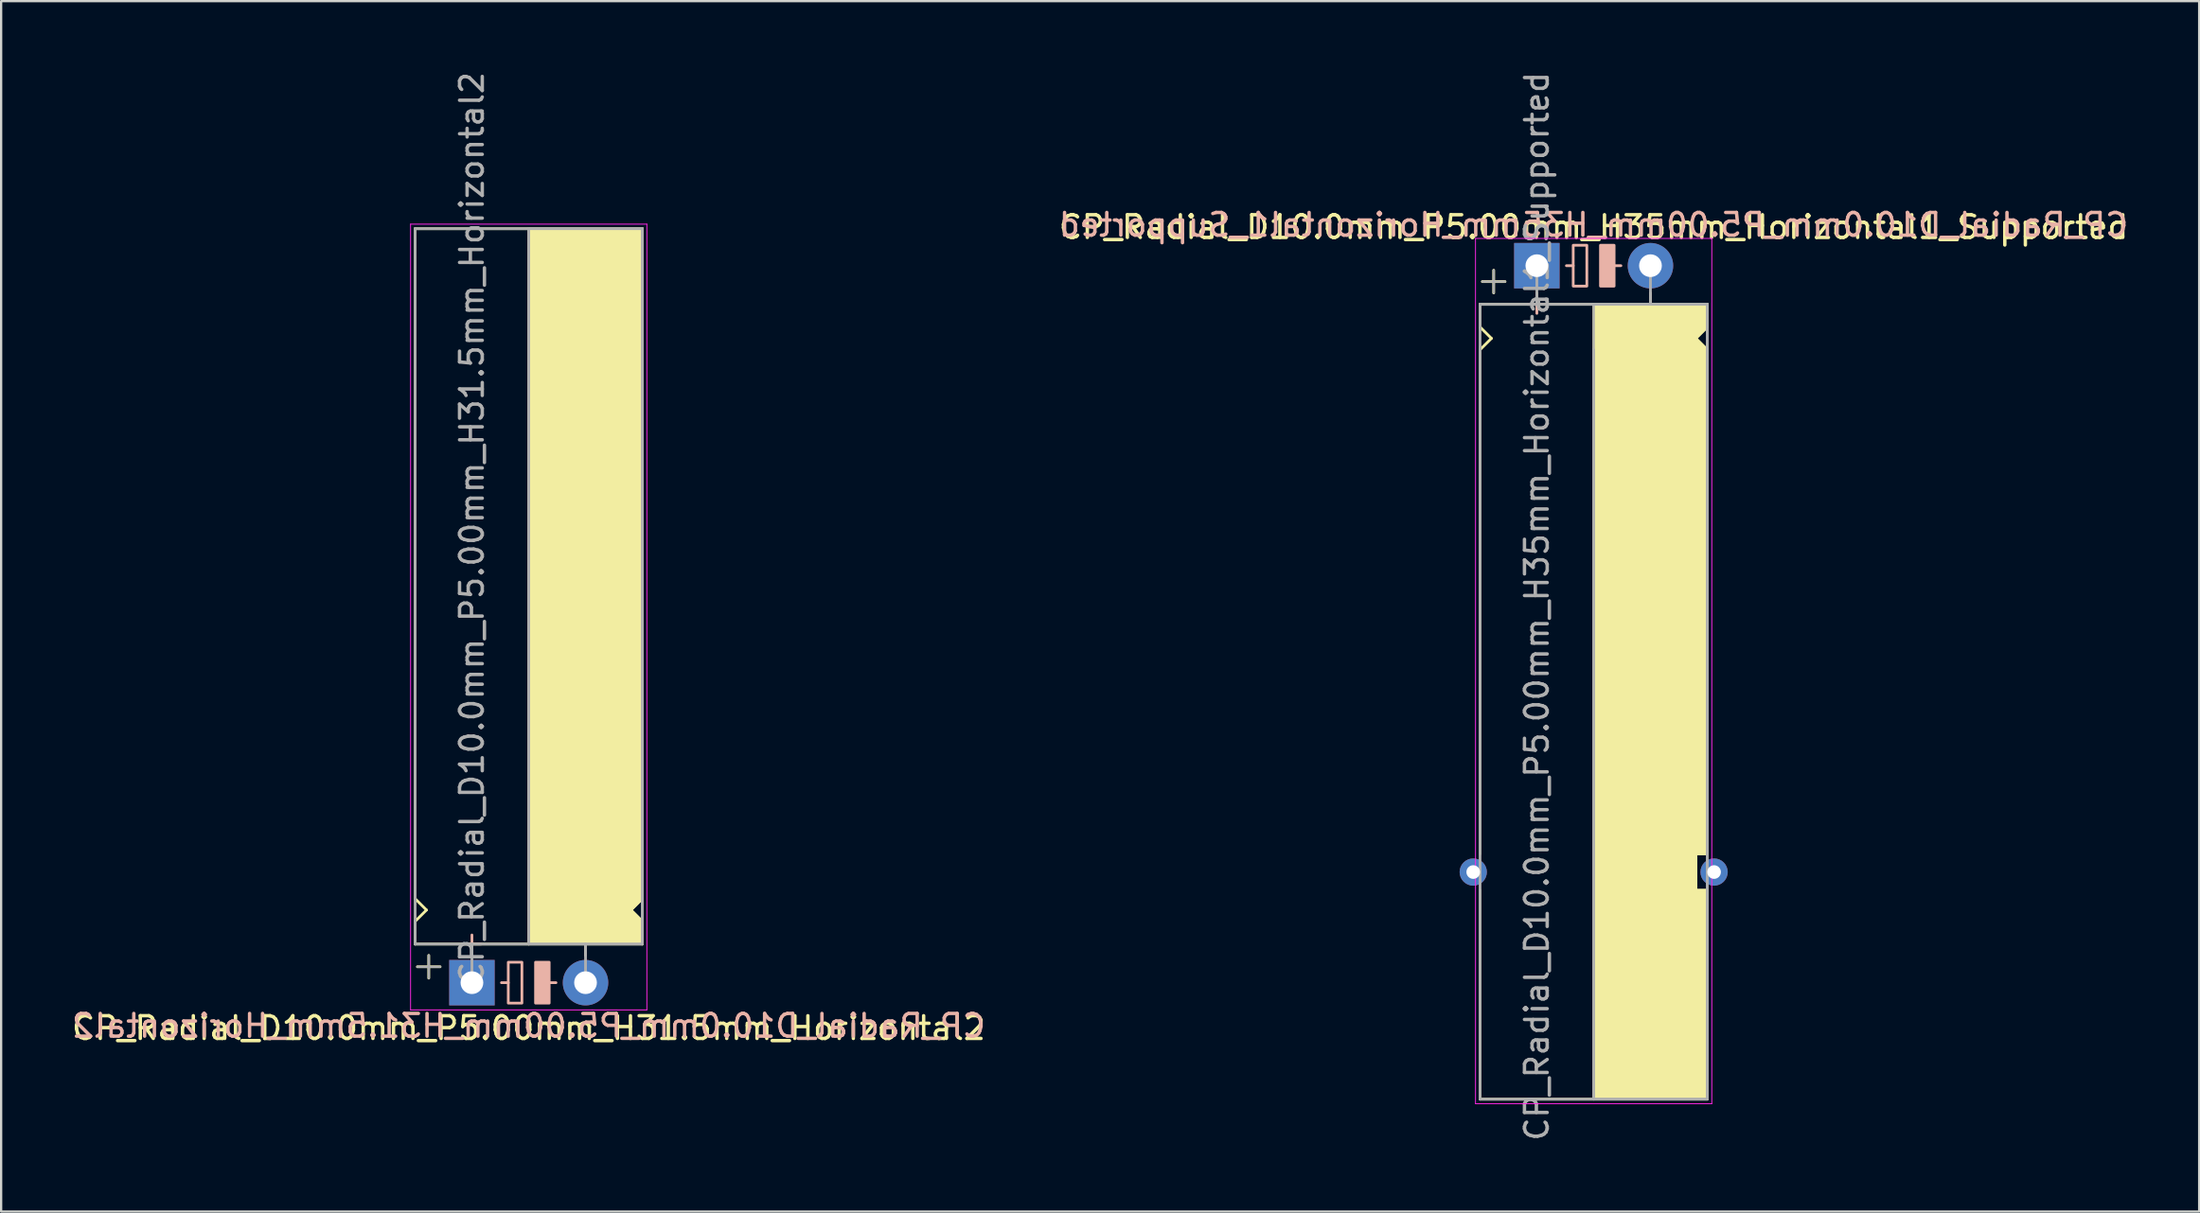
<source format=kicad_pcb>
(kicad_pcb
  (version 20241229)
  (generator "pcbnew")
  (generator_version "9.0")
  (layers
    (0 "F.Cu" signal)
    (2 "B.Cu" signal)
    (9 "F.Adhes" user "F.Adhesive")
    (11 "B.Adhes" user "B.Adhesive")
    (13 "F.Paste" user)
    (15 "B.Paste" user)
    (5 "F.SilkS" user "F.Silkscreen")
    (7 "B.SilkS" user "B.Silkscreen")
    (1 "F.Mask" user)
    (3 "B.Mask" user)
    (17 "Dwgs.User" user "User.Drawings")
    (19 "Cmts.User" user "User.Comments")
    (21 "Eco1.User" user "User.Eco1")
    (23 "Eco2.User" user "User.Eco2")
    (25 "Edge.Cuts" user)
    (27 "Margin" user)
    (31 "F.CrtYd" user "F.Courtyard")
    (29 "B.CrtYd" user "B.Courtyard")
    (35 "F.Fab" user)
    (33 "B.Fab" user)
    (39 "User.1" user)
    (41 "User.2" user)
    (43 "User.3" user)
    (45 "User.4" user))
  (footprint "CP_Radial_D10.0mm_P5.00mm_H35mm_Horizontal1_Supported"
    (layer "F.Cu")
    (at 64.589 8.649)
    (property "Reference" "CP_Radial_D10.0mm_P5.00mm_H35mm_Horizontal1_Supported" (at 2.5 -1.7 0) (layer "F.SilkS") (effects (font (size 1 1) (thickness 0.15))))
    (fp_line (start -2.5 1.7) (end -2.5 2.7) (stroke (width 0.12) (type solid)) (layer "F.SilkS"))
    (fp_line (start -2.5 2.7) (end -2 3.2) (stroke (width 0.12) (type solid)) (layer "F.SilkS"))
    (fp_line (start -2.5 3.8) (end -2.5 25.9) (stroke (width 0.12) (type solid)) (layer "F.SilkS"))
    (fp_line (start -2.5 27.5) (end -2.5 36.7) (stroke (width 0.12) (type solid)) (layer "F.SilkS"))
    (fp_line (start -2.5 36.7) (end 7.5 36.7) (stroke (width 0.12) (type solid)) (layer "F.SilkS"))
    (fp_line (start -2 3.2) (end -2.5 3.7) (stroke (width 0.12) (type solid)) (layer "F.SilkS"))
    (fp_line (start -1.9 0.2) (end -1.9 1.2) (stroke (width 0.12) (type solid)) (layer "F.SilkS"))
    (fp_line (start -1.4 0.7) (end -2.4 0.7) (stroke (width 0.12) (type solid)) (layer "F.SilkS"))
    (fp_line (start 0 1.7) (end 0 1.2) (stroke (width 0.12) (type solid)) (layer "F.SilkS"))
    (fp_line (start 2.5 1.7) (end -2.5 1.7) (stroke (width 0.12) (type solid)) (layer "F.SilkS"))
    (fp_line (start 2.5 36.7) (end 2.5 3.7) (stroke (width 0.12) (type solid)) (layer "F.SilkS"))
    (fp_line (start 5 1.7) (end 5 1.2) (stroke (width 0.12) (type solid)) (layer "F.SilkS"))
    (fp_line (start 7 3.2) (end 7.5 3.7) (stroke (width 0.12) (type solid)) (layer "F.SilkS"))
    (fp_line (start 7 25.9) (end 7.5 25.9) (stroke (width 0.12) (type solid)) (layer "F.SilkS"))
    (fp_line (start 7 26.9) (end 7 25.9) (stroke (width 0.12) (type solid)) (layer "F.SilkS"))
    (fp_line (start 7 27.5) (end 7 26.9) (stroke (width 0.12) (type solid)) (layer "F.SilkS"))
    (fp_line (start 7.5 1.7) (end 2.5 1.7) (stroke (width 0.12) (type solid)) (layer "F.SilkS"))
    (fp_line (start 7.5 1.7) (end 7.5 2.7) (stroke (width 0.12) (type solid)) (layer "F.SilkS"))
    (fp_line (start 7.5 2.7) (end 7 3.2) (stroke (width 0.12) (type solid)) (layer "F.SilkS"))
    (fp_line (start 7.5 4.7) (end 7.5 25.9) (stroke (width 0.12) (type solid)) (layer "F.SilkS"))
    (fp_line (start 7.5 27.5) (end 7 27.5) (stroke (width 0.12) (type solid)) (layer "F.SilkS"))
    (fp_line (start 7.5 27.5) (end 7.5 36.7) (stroke (width 0.12) (type solid)) (layer "F.SilkS"))
    (fp_poly (pts (xy 7.5 2.7) (xy 7 3.2) (xy 7.5 3.7) (xy 7.5 25.9) (xy 7 25.9) (xy 7 27.5) (xy 7.5 27.5) (xy 7.5 36.7) (xy 2.5 36.7) (xy 2.5 1.7) (xy 7.5 1.7)) (stroke (width 0.1) (type solid)) (fill yes) (layer "F.SilkS"))
    (fp_line (start 0 1.3) (end 0 2.1) (stroke (width 0.12) (type solid)) (layer "B.SilkS"))
    (fp_line (start 0.4 1.7) (end -0.4 1.7) (stroke (width 0.12) (type solid)) (layer "B.SilkS"))
    (fp_line (start 1.6 0) (end 1.3 0) (stroke (width 0.12) (type solid)) (layer "B.SilkS"))
    (fp_line (start 3.7 0) (end 3.4 0) (stroke (width 0.12) (type solid)) (layer "B.SilkS"))
    (fp_rect (start 2.2 -0.9) (end 1.6 0.9) (stroke (width 0.12) (type solid)) (fill no) (layer "B.SilkS"))
    (fp_rect (start 3.4 -0.9) (end 2.8 0.9) (stroke (width 0.12) (type solid)) (fill yes) (layer "B.SilkS"))
    (fp_line (start -2.7 -1.2) (end 5.3 -1.2) (stroke (width 0.04) (type solid)) (layer "F.CrtYd"))
    (fp_line (start -2.7 36.9) (end -2.7 -1.2) (stroke (width 0.04) (type solid)) (layer "F.CrtYd"))
    (fp_line (start 5.3 -1.2) (end 7.7 -1.2) (stroke (width 0.04) (type solid)) (layer "F.CrtYd"))
    (fp_line (start 7.7 -1.2) (end 7.7 36.9) (stroke (width 0.04) (type solid)) (layer "F.CrtYd"))
    (fp_line (start 7.7 36.9) (end -2.7 36.9) (stroke (width 0.04) (type solid)) (layer "F.CrtYd"))
    (fp_line (start -2.5 1.7) (end -2.5 36.7) (stroke (width 0.12) (type solid)) (layer "F.Fab"))
    (fp_line (start -2.5 36.7) (end 7.5 36.7) (stroke (width 0.12) (type solid)) (layer "F.Fab"))
    (fp_line (start -2.4 0.7) (end -1.4 0.7) (stroke (width 0.1) (type solid)) (layer "F.Fab"))
    (fp_line (start -1.9 1.2) (end -1.9 0.2) (stroke (width 0.1) (type solid)) (layer "F.Fab"))
    (fp_line (start 0 1.7) (end 0 0) (stroke (width 0.12) (type solid)) (layer "F.Fab"))
    (fp_line (start 2.5 3.7) (end 2.5 36.7) (stroke (width 0.12) (type solid)) (layer "F.Fab"))
    (fp_line (start 5 1.7) (end 5 0) (stroke (width 0.12) (type solid)) (layer "F.Fab"))
    (fp_line (start 7.5 1.7) (end -2.5 1.7) (stroke (width 0.12) (type solid)) (layer "F.Fab"))
    (fp_line (start 7.5 36.7) (end 7.5 1.7) (stroke (width 0.12) (type solid)) (layer "F.Fab"))
    (fp_poly (pts (xy 7.5 36.7) (xy 2.5 36.7) (xy 2.5 1.7) (xy 7.5 1.7)) (stroke (width 0.1) (type solid)) (fill no) (layer "F.Fab"))
    (fp_text user "${REFERENCE}" (at 2.5 -1.8 0) (layer "B.SilkS") (effects (font (size 1 1) (thickness 0.15)) (justify mirror)))
    (fp_text user "${REFERENCE}" (at 0 15 90) (layer "F.Fab") (effects (font (size 1 1) (thickness 0.15))))
    (pad "1" thru_hole rect (at 0 0) (size 2 2) (drill 1) (layers "*.Cu" "*.Mask"))
    (pad "2" thru_hole circle (at 5 0) (size 2 2) (drill 1) (layers "*.Cu" "*.Mask"))
    (pad "~" thru_hole circle (at -2.8 26.7) (size 1.2 1.2) (drill 0.6) (layers "*.Cu" "*.Mask"))
    (pad "~" thru_hole circle (at 7.8 26.7) (size 1.2 1.2) (drill 0.6) (layers "*.Cu" "*.Mask")))
  (footprint "CP_Radial_D10.0mm_P5.00mm_H31.5mm_Horizontal2"
    (layer "F.Cu")
    (at 17.72 40.22)
    (property "Reference" "CP_Radial_D10.0mm_P5.00mm_H31.5mm_Horizontal2" (at 2.5 2 0) (layer "F.SilkS") (effects (font (size 1 1) (thickness 0.15))))
    (fp_line (start -2.5 -33.2) (end 7.5 -33.2) (stroke (width 0.12) (type solid)) (layer "F.SilkS"))
    (fp_line (start -2.5 -11.7) (end -2.5 -33.2) (stroke (width 0.12) (type solid)) (layer "F.SilkS"))
    (fp_line (start -2.5 -3.7) (end -2.5 -11.7) (stroke (width 0.12) (type solid)) (layer "F.SilkS"))
    (fp_line (start -2.5 -2.7) (end -2 -3.2) (stroke (width 0.12) (type solid)) (layer "F.SilkS"))
    (fp_line (start -2.5 -1.7) (end -2.5 -2.7) (stroke (width 0.12) (type solid)) (layer "F.SilkS"))
    (fp_line (start -2 -3.2) (end -2.5 -3.7) (stroke (width 0.12) (type solid)) (layer "F.SilkS"))
    (fp_line (start -1.9 -1.2) (end -1.9 -0.2) (stroke (width 0.12) (type solid)) (layer "F.SilkS"))
    (fp_line (start -1.4 -0.7) (end -2.4 -0.7) (stroke (width 0.12) (type solid)) (layer "F.SilkS"))
    (fp_line (start 0 -1.7) (end 0 -1.2) (stroke (width 0.12) (type solid)) (layer "F.SilkS"))
    (fp_line (start 2.5 -33.2) (end 2.5 -3.2) (stroke (width 0.12) (type solid)) (layer "F.SilkS"))
    (fp_line (start 2.5 -1.7) (end -2.5 -1.7) (stroke (width 0.12) (type solid)) (layer "F.SilkS"))
    (fp_line (start 5 -1.7) (end 5 -1.2) (stroke (width 0.12) (type solid)) (layer "F.SilkS"))
    (fp_line (start 7 -3.2) (end 7.5 -3.7) (stroke (width 0.12) (type solid)) (layer "F.SilkS"))
    (fp_line (start 7.5 -11.7) (end 7.5 -33.2) (stroke (width 0.12) (type solid)) (layer "F.SilkS"))
    (fp_line (start 7.5 -3.7) (end 7.5 -11.7) (stroke (width 0.12) (type solid)) (layer "F.SilkS"))
    (fp_line (start 7.5 -2.7) (end 7 -3.2) (stroke (width 0.12) (type solid)) (layer "F.SilkS"))
    (fp_line (start 7.5 -1.7) (end 2.5 -1.7) (stroke (width 0.12) (type solid)) (layer "F.SilkS"))
    (fp_line (start 7.5 -1.7) (end 7.5 -2.7) (stroke (width 0.12) (type solid)) (layer "F.SilkS"))
    (fp_poly (pts (xy 7.5 -2.7) (xy 7 -3.2) (xy 7.5 -3.7) (xy 7.5 -33.2) (xy 2.5 -33.2) (xy 2.5 -1.7) (xy 7.5 -1.7)) (stroke (width 0.1) (type solid)) (fill yes) (layer "F.SilkS"))
    (fp_line (start 0 -2.1) (end 0 -1.3) (stroke (width 0.12) (type solid)) (layer "B.SilkS"))
    (fp_line (start 0.4 -1.7) (end -0.4 -1.7) (stroke (width 0.12) (type solid)) (layer "B.SilkS"))
    (fp_line (start 1.6 0) (end 1.3 0) (stroke (width 0.12) (type solid)) (layer "B.SilkS"))
    (fp_line (start 3.7 0) (end 3.4 0) (stroke (width 0.12) (type solid)) (layer "B.SilkS"))
    (fp_rect (start 2.2 -0.9) (end 1.6 0.9) (stroke (width 0.12) (type solid)) (fill no) (layer "B.SilkS"))
    (fp_rect (start 3.4 -0.9) (end 2.8 0.9) (stroke (width 0.12) (type solid)) (fill yes) (layer "B.SilkS"))
    (fp_line (start -2.7 -33.4) (end -2.7 1.2) (stroke (width 0.04) (type solid)) (layer "F.CrtYd"))
    (fp_line (start -2.7 1.2) (end 5.3 1.2) (stroke (width 0.04) (type solid)) (layer "F.CrtYd"))
    (fp_line (start 5.3 1.2) (end 7.7 1.2) (stroke (width 0.04) (type solid)) (layer "F.CrtYd"))
    (fp_line (start 7.7 -33.4) (end -2.7 -33.4) (stroke (width 0.04) (type solid)) (layer "F.CrtYd"))
    (fp_line (start 7.7 1.2) (end 7.7 -33.4) (stroke (width 0.04) (type solid)) (layer "F.CrtYd"))
    (fp_line (start -2.5 -33.2) (end 7.5 -33.2) (stroke (width 0.12) (type solid)) (layer "F.Fab"))
    (fp_line (start -2.5 -1.7) (end -2.5 -33.2) (stroke (width 0.12) (type solid)) (layer "F.Fab"))
    (fp_line (start -2.4 -0.7) (end -1.4 -0.7) (stroke (width 0.1) (type solid)) (layer "F.Fab"))
    (fp_line (start -1.9 -0.2) (end -1.9 -1.2) (stroke (width 0.1) (type solid)) (layer "F.Fab"))
    (fp_line (start 0 -1.7) (end 0 0) (stroke (width 0.12) (type solid)) (layer "F.Fab"))
    (fp_line (start 2.5 -1.7) (end 2.5 -33.2) (stroke (width 0.12) (type solid)) (layer "F.Fab"))
    (fp_line (start 5 -1.7) (end 5 0) (stroke (width 0.12) (type solid)) (layer "F.Fab"))
    (fp_line (start 7.5 -33.2) (end 7.5 -1.7) (stroke (width 0.12) (type solid)) (layer "F.Fab"))
    (fp_line (start 7.5 -1.7) (end -2.5 -1.7) (stroke (width 0.12) (type solid)) (layer "F.Fab"))
    (fp_poly (pts (xy 7.5 -33.2) (xy 2.5 -33.2) (xy 2.5 -1.7) (xy 7.5 -1.7)) (stroke (width 0.1) (type solid)) (fill no) (layer "F.Fab"))
    (fp_text user "${REFERENCE}" (at 2.5 1.9 0) (layer "B.SilkS") (effects (font (size 1 1) (thickness 0.15)) (justify mirror)))
    (fp_text user "${REFERENCE}" (at 0 -20 90) (layer "F.Fab") (effects (font (size 1 1) (thickness 0.15))))
    (pad "1" thru_hole rect (at 0 0) (size 2 2) (drill 1) (layers "*.Cu" "*.Mask"))
    (pad "2" thru_hole circle (at 5 0) (size 2 2) (drill 1) (layers "*.Cu" "*.Mask")))
  (gr_rect
    (start -3 -3)
    (end 93.738 50.298)
    (stroke (width 0.1) (type default))
    (fill no)
    (layer "Edge.Cuts")))
</source>
